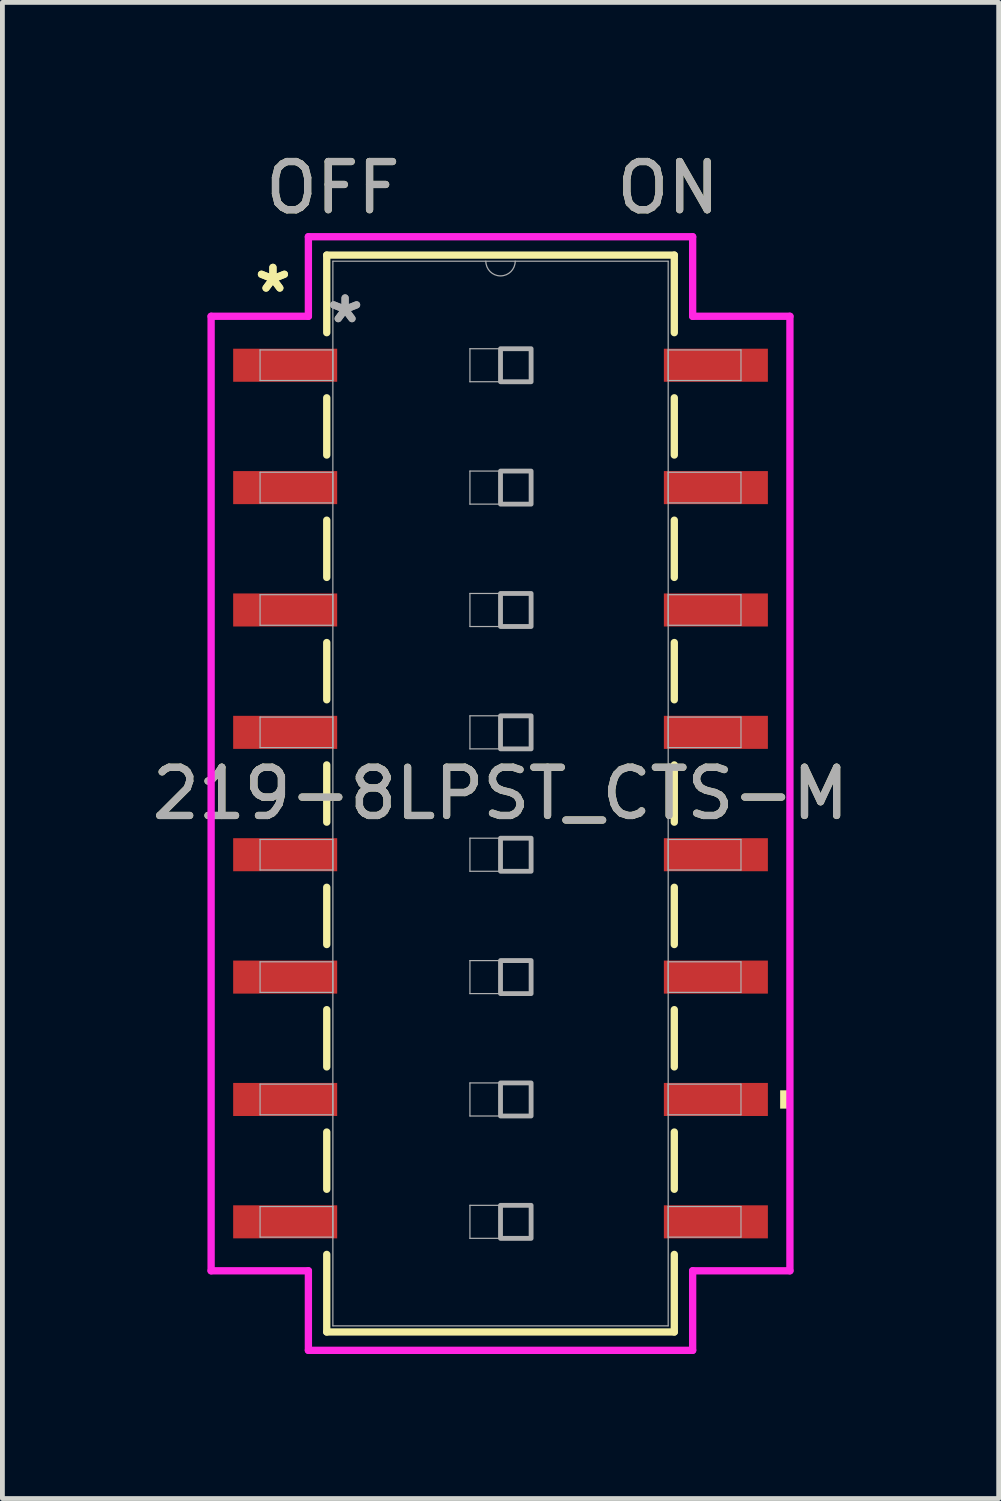
<source format=kicad_pcb>
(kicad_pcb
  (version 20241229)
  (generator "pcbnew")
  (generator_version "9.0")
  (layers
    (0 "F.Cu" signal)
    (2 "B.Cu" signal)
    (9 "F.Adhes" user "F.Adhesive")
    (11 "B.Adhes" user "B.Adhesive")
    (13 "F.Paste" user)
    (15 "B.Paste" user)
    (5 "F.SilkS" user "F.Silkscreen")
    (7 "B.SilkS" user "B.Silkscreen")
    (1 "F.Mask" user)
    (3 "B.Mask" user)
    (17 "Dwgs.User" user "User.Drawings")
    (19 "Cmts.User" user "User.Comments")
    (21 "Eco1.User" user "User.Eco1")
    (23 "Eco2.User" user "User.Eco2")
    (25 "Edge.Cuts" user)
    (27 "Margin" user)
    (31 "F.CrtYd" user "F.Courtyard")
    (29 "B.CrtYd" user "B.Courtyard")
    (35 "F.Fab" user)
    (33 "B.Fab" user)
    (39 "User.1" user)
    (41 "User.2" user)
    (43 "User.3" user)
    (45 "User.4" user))
  (footprint "219-8LPST_CTS-M"
    (layer "F.Cu")
    (at 7.339 13.421)
    (property "Reference" "219-8LPST_CTS-M" (at 0 0 0) (unlocked yes) (layer "F.SilkS") (effects (font (size 1 1) (thickness 0.15))))
    (attr smd)
    (fp_line (start -3.607 -11.176) (end -3.607 -9.566) (stroke (width 0.152) (type solid)) (layer "F.SilkS"))
    (fp_line (start -3.607 -8.214) (end -3.607 -7.026) (stroke (width 0.152) (type solid)) (layer "F.SilkS"))
    (fp_line (start -3.607 -5.674) (end -3.607 -4.486) (stroke (width 0.152) (type solid)) (layer "F.SilkS"))
    (fp_line (start -3.607 -3.134) (end -3.607 -1.946) (stroke (width 0.152) (type solid)) (layer "F.SilkS"))
    (fp_line (start -3.607 -0.594) (end -3.607 0.594) (stroke (width 0.152) (type solid)) (layer "F.SilkS"))
    (fp_line (start -3.607 1.946) (end -3.607 3.134) (stroke (width 0.152) (type solid)) (layer "F.SilkS"))
    (fp_line (start -3.607 4.486) (end -3.607 5.674) (stroke (width 0.152) (type solid)) (layer "F.SilkS"))
    (fp_line (start -3.607 7.026) (end -3.607 8.214) (stroke (width 0.152) (type solid)) (layer "F.SilkS"))
    (fp_line (start -3.607 9.566) (end -3.607 11.176) (stroke (width 0.152) (type solid)) (layer "F.SilkS"))
    (fp_line (start -3.607 11.176) (end 3.607 11.176) (stroke (width 0.152) (type solid)) (layer "F.SilkS"))
    (fp_line (start 3.607 -11.176) (end -3.607 -11.176) (stroke (width 0.152) (type solid)) (layer "F.SilkS"))
    (fp_line (start 3.607 -9.566) (end 3.607 -11.176) (stroke (width 0.152) (type solid)) (layer "F.SilkS"))
    (fp_line (start 3.607 -7.026) (end 3.607 -8.214) (stroke (width 0.152) (type solid)) (layer "F.SilkS"))
    (fp_line (start 3.607 -4.486) (end 3.607 -5.674) (stroke (width 0.152) (type solid)) (layer "F.SilkS"))
    (fp_line (start 3.607 -1.946) (end 3.607 -3.134) (stroke (width 0.152) (type solid)) (layer "F.SilkS"))
    (fp_line (start 3.607 0.594) (end 3.607 -0.594) (stroke (width 0.152) (type solid)) (layer "F.SilkS"))
    (fp_line (start 3.607 3.134) (end 3.607 1.946) (stroke (width 0.152) (type solid)) (layer "F.SilkS"))
    (fp_line (start 3.607 5.674) (end 3.607 4.486) (stroke (width 0.152) (type solid)) (layer "F.SilkS"))
    (fp_line (start 3.607 8.214) (end 3.607 7.026) (stroke (width 0.152) (type solid)) (layer "F.SilkS"))
    (fp_line (start 3.607 11.176) (end 3.607 9.566) (stroke (width 0.152) (type solid)) (layer "F.SilkS"))
    (fp_poly (pts (xy 6.058 6.16) (xy 6.058 6.54) (xy 5.804 6.54) (xy 5.804 6.16)) (stroke (width 0) (type solid)) (fill yes) (layer "F.SilkS"))
    (fp_line (start -6.007 -9.906) (end -3.988 -9.906) (stroke (width 0.152) (type solid)) (layer "F.CrtYd"))
    (fp_line (start -6.007 9.906) (end -6.007 -9.906) (stroke (width 0.152) (type solid)) (layer "F.CrtYd"))
    (fp_line (start -3.988 -11.557) (end 3.988 -11.557) (stroke (width 0.152) (type solid)) (layer "F.CrtYd"))
    (fp_line (start -3.988 -9.906) (end -3.988 -11.557) (stroke (width 0.152) (type solid)) (layer "F.CrtYd"))
    (fp_line (start -3.988 9.906) (end -6.007 9.906) (stroke (width 0.152) (type solid)) (layer "F.CrtYd"))
    (fp_line (start -3.988 11.557) (end -3.988 9.906) (stroke (width 0.152) (type solid)) (layer "F.CrtYd"))
    (fp_line (start 3.988 -11.557) (end 3.988 -9.906) (stroke (width 0.152) (type solid)) (layer "F.CrtYd"))
    (fp_line (start 3.988 -9.906) (end 6.007 -9.906) (stroke (width 0.152) (type solid)) (layer "F.CrtYd"))
    (fp_line (start 3.988 9.906) (end 3.988 11.557) (stroke (width 0.152) (type solid)) (layer "F.CrtYd"))
    (fp_line (start 3.988 11.557) (end -3.988 11.557) (stroke (width 0.152) (type solid)) (layer "F.CrtYd"))
    (fp_line (start 6.007 -9.906) (end 6.007 9.906) (stroke (width 0.152) (type solid)) (layer "F.CrtYd"))
    (fp_line (start 6.007 9.906) (end 3.988 9.906) (stroke (width 0.152) (type solid)) (layer "F.CrtYd"))
    (fp_line (start -4.991 -9.207) (end -4.991 -8.572) (stroke (width 0.025) (type solid)) (layer "F.Fab"))
    (fp_line (start -4.991 -8.572) (end -3.48 -8.572) (stroke (width 0.025) (type solid)) (layer "F.Fab"))
    (fp_line (start -4.991 -6.668) (end -4.991 -6.032) (stroke (width 0.025) (type solid)) (layer "F.Fab"))
    (fp_line (start -4.991 -6.032) (end -3.48 -6.032) (stroke (width 0.025) (type solid)) (layer "F.Fab"))
    (fp_line (start -4.991 -4.128) (end -4.991 -3.493) (stroke (width 0.025) (type solid)) (layer "F.Fab"))
    (fp_line (start -4.991 -3.493) (end -3.48 -3.493) (stroke (width 0.025) (type solid)) (layer "F.Fab"))
    (fp_line (start -4.991 -1.587) (end -4.991 -0.953) (stroke (width 0.025) (type solid)) (layer "F.Fab"))
    (fp_line (start -4.991 -0.953) (end -3.48 -0.953) (stroke (width 0.025) (type solid)) (layer "F.Fab"))
    (fp_line (start -4.991 0.953) (end -4.991 1.587) (stroke (width 0.025) (type solid)) (layer "F.Fab"))
    (fp_line (start -4.991 1.587) (end -3.48 1.587) (stroke (width 0.025) (type solid)) (layer "F.Fab"))
    (fp_line (start -4.991 3.493) (end -4.991 4.128) (stroke (width 0.025) (type solid)) (layer "F.Fab"))
    (fp_line (start -4.991 4.128) (end -3.48 4.128) (stroke (width 0.025) (type solid)) (layer "F.Fab"))
    (fp_line (start -4.991 6.032) (end -4.991 6.668) (stroke (width 0.025) (type solid)) (layer "F.Fab"))
    (fp_line (start -4.991 6.668) (end -3.48 6.668) (stroke (width 0.025) (type solid)) (layer "F.Fab"))
    (fp_line (start -4.991 8.572) (end -4.991 9.207) (stroke (width 0.025) (type solid)) (layer "F.Fab"))
    (fp_line (start -4.991 9.207) (end -3.48 9.207) (stroke (width 0.025) (type solid)) (layer "F.Fab"))
    (fp_line (start -3.48 -11.049) (end -3.48 11.049) (stroke (width 0.025) (type solid)) (layer "F.Fab"))
    (fp_line (start -3.48 -9.207) (end -4.991 -9.207) (stroke (width 0.025) (type solid)) (layer "F.Fab"))
    (fp_line (start -3.48 -8.572) (end -3.48 -9.207) (stroke (width 0.025) (type solid)) (layer "F.Fab"))
    (fp_line (start -3.48 -6.668) (end -4.991 -6.668) (stroke (width 0.025) (type solid)) (layer "F.Fab"))
    (fp_line (start -3.48 -6.032) (end -3.48 -6.668) (stroke (width 0.025) (type solid)) (layer "F.Fab"))
    (fp_line (start -3.48 -4.128) (end -4.991 -4.128) (stroke (width 0.025) (type solid)) (layer "F.Fab"))
    (fp_line (start -3.48 -3.493) (end -3.48 -4.128) (stroke (width 0.025) (type solid)) (layer "F.Fab"))
    (fp_line (start -3.48 -1.587) (end -4.991 -1.587) (stroke (width 0.025) (type solid)) (layer "F.Fab"))
    (fp_line (start -3.48 -0.953) (end -3.48 -1.587) (stroke (width 0.025) (type solid)) (layer "F.Fab"))
    (fp_line (start -3.48 0.953) (end -4.991 0.953) (stroke (width 0.025) (type solid)) (layer "F.Fab"))
    (fp_line (start -3.48 1.587) (end -3.48 0.953) (stroke (width 0.025) (type solid)) (layer "F.Fab"))
    (fp_line (start -3.48 3.493) (end -4.991 3.493) (stroke (width 0.025) (type solid)) (layer "F.Fab"))
    (fp_line (start -3.48 4.128) (end -3.48 3.493) (stroke (width 0.025) (type solid)) (layer "F.Fab"))
    (fp_line (start -3.48 6.032) (end -4.991 6.032) (stroke (width 0.025) (type solid)) (layer "F.Fab"))
    (fp_line (start -3.48 6.668) (end -3.48 6.032) (stroke (width 0.025) (type solid)) (layer "F.Fab"))
    (fp_line (start -3.48 8.572) (end -4.991 8.572) (stroke (width 0.025) (type solid)) (layer "F.Fab"))
    (fp_line (start -3.48 9.207) (end -3.48 8.572) (stroke (width 0.025) (type solid)) (layer "F.Fab"))
    (fp_line (start -3.48 11.049) (end 3.48 11.049) (stroke (width 0.025) (type solid)) (layer "F.Fab"))
    (fp_line (start -0.635 -9.233) (end 0.635 -9.233) (stroke (width 0.025) (type solid)) (layer "F.Fab"))
    (fp_line (start -0.635 -8.547) (end -0.635 -9.233) (stroke (width 0.025) (type solid)) (layer "F.Fab"))
    (fp_line (start -0.635 -6.693) (end 0.635 -6.693) (stroke (width 0.025) (type solid)) (layer "F.Fab"))
    (fp_line (start -0.635 -6.007) (end -0.635 -6.693) (stroke (width 0.025) (type solid)) (layer "F.Fab"))
    (fp_line (start -0.635 -4.153) (end 0.635 -4.153) (stroke (width 0.025) (type solid)) (layer "F.Fab"))
    (fp_line (start -0.635 -3.467) (end -0.635 -4.153) (stroke (width 0.025) (type solid)) (layer "F.Fab"))
    (fp_line (start -0.635 -1.613) (end 0.635 -1.613) (stroke (width 0.025) (type solid)) (layer "F.Fab"))
    (fp_line (start -0.635 -0.927) (end -0.635 -1.613) (stroke (width 0.025) (type solid)) (layer "F.Fab"))
    (fp_line (start -0.635 0.927) (end 0.635 0.927) (stroke (width 0.025) (type solid)) (layer "F.Fab"))
    (fp_line (start -0.635 1.613) (end -0.635 0.927) (stroke (width 0.025) (type solid)) (layer "F.Fab"))
    (fp_line (start -0.635 3.467) (end 0.635 3.467) (stroke (width 0.025) (type solid)) (layer "F.Fab"))
    (fp_line (start -0.635 4.153) (end -0.635 3.467) (stroke (width 0.025) (type solid)) (layer "F.Fab"))
    (fp_line (start -0.635 6.007) (end 0.635 6.007) (stroke (width 0.025) (type solid)) (layer "F.Fab"))
    (fp_line (start -0.635 6.693) (end -0.635 6.007) (stroke (width 0.025) (type solid)) (layer "F.Fab"))
    (fp_line (start -0.635 8.547) (end 0.635 8.547) (stroke (width 0.025) (type solid)) (layer "F.Fab"))
    (fp_line (start -0.635 9.233) (end -0.635 8.547) (stroke (width 0.025) (type solid)) (layer "F.Fab"))
    (fp_line (start 0.635 -9.233) (end 0.635 -8.547) (stroke (width 0.025) (type solid)) (layer "F.Fab"))
    (fp_line (start 0.635 -8.547) (end -0.635 -8.547) (stroke (width 0.025) (type solid)) (layer "F.Fab"))
    (fp_line (start 0.635 -6.693) (end 0.635 -6.007) (stroke (width 0.025) (type solid)) (layer "F.Fab"))
    (fp_line (start 0.635 -6.007) (end -0.635 -6.007) (stroke (width 0.025) (type solid)) (layer "F.Fab"))
    (fp_line (start 0.635 -4.153) (end 0.635 -3.467) (stroke (width 0.025) (type solid)) (layer "F.Fab"))
    (fp_line (start 0.635 -3.467) (end -0.635 -3.467) (stroke (width 0.025) (type solid)) (layer "F.Fab"))
    (fp_line (start 0.635 -1.613) (end 0.635 -0.927) (stroke (width 0.025) (type solid)) (layer "F.Fab"))
    (fp_line (start 0.635 -0.927) (end -0.635 -0.927) (stroke (width 0.025) (type solid)) (layer "F.Fab"))
    (fp_line (start 0.635 0.927) (end 0.635 1.613) (stroke (width 0.025) (type solid)) (layer "F.Fab"))
    (fp_line (start 0.635 1.613) (end -0.635 1.613) (stroke (width 0.025) (type solid)) (layer "F.Fab"))
    (fp_line (start 0.635 3.467) (end 0.635 4.153) (stroke (width 0.025) (type solid)) (layer "F.Fab"))
    (fp_line (start 0.635 4.153) (end -0.635 4.153) (stroke (width 0.025) (type solid)) (layer "F.Fab"))
    (fp_line (start 0.635 6.007) (end 0.635 6.693) (stroke (width 0.025) (type solid)) (layer "F.Fab"))
    (fp_line (start 0.635 6.693) (end -0.635 6.693) (stroke (width 0.025) (type solid)) (layer "F.Fab"))
    (fp_line (start 0.635 8.547) (end 0.635 9.233) (stroke (width 0.025) (type solid)) (layer "F.Fab"))
    (fp_line (start 0.635 9.233) (end -0.635 9.233) (stroke (width 0.025) (type solid)) (layer "F.Fab"))
    (fp_line (start 3.48 -11.049) (end -3.48 -11.049) (stroke (width 0.025) (type solid)) (layer "F.Fab"))
    (fp_line (start 3.48 -9.207) (end 3.48 -8.572) (stroke (width 0.025) (type solid)) (layer "F.Fab"))
    (fp_line (start 3.48 -8.572) (end 4.991 -8.572) (stroke (width 0.025) (type solid)) (layer "F.Fab"))
    (fp_line (start 3.48 -6.668) (end 3.48 -6.032) (stroke (width 0.025) (type solid)) (layer "F.Fab"))
    (fp_line (start 3.48 -6.032) (end 4.991 -6.032) (stroke (width 0.025) (type solid)) (layer "F.Fab"))
    (fp_line (start 3.48 -4.128) (end 3.48 -3.493) (stroke (width 0.025) (type solid)) (layer "F.Fab"))
    (fp_line (start 3.48 -3.493) (end 4.991 -3.493) (stroke (width 0.025) (type solid)) (layer "F.Fab"))
    (fp_line (start 3.48 -1.587) (end 3.48 -0.953) (stroke (width 0.025) (type solid)) (layer "F.Fab"))
    (fp_line (start 3.48 -0.953) (end 4.991 -0.953) (stroke (width 0.025) (type solid)) (layer "F.Fab"))
    (fp_line (start 3.48 0.953) (end 3.48 1.587) (stroke (width 0.025) (type solid)) (layer "F.Fab"))
    (fp_line (start 3.48 1.587) (end 4.991 1.587) (stroke (width 0.025) (type solid)) (layer "F.Fab"))
    (fp_line (start 3.48 3.493) (end 3.48 4.128) (stroke (width 0.025) (type solid)) (layer "F.Fab"))
    (fp_line (start 3.48 4.128) (end 4.991 4.128) (stroke (width 0.025) (type solid)) (layer "F.Fab"))
    (fp_line (start 3.48 6.032) (end 3.48 6.668) (stroke (width 0.025) (type solid)) (layer "F.Fab"))
    (fp_line (start 3.48 6.668) (end 4.991 6.668) (stroke (width 0.025) (type solid)) (layer "F.Fab"))
    (fp_line (start 3.48 8.572) (end 3.48 9.207) (stroke (width 0.025) (type solid)) (layer "F.Fab"))
    (fp_line (start 3.48 9.207) (end 4.991 9.207) (stroke (width 0.025) (type solid)) (layer "F.Fab"))
    (fp_line (start 3.48 11.049) (end 3.48 -11.049) (stroke (width 0.025) (type solid)) (layer "F.Fab"))
    (fp_line (start 4.991 -9.207) (end 3.48 -9.207) (stroke (width 0.025) (type solid)) (layer "F.Fab"))
    (fp_line (start 4.991 -8.572) (end 4.991 -9.207) (stroke (width 0.025) (type solid)) (layer "F.Fab"))
    (fp_line (start 4.991 -6.668) (end 3.48 -6.668) (stroke (width 0.025) (type solid)) (layer "F.Fab"))
    (fp_line (start 4.991 -6.032) (end 4.991 -6.668) (stroke (width 0.025) (type solid)) (layer "F.Fab"))
    (fp_line (start 4.991 -4.128) (end 3.48 -4.128) (stroke (width 0.025) (type solid)) (layer "F.Fab"))
    (fp_line (start 4.991 -3.493) (end 4.991 -4.128) (stroke (width 0.025) (type solid)) (layer "F.Fab"))
    (fp_line (start 4.991 -1.587) (end 3.48 -1.587) (stroke (width 0.025) (type solid)) (layer "F.Fab"))
    (fp_line (start 4.991 -0.953) (end 4.991 -1.587) (stroke (width 0.025) (type solid)) (layer "F.Fab"))
    (fp_line (start 4.991 0.953) (end 3.48 0.953) (stroke (width 0.025) (type solid)) (layer "F.Fab"))
    (fp_line (start 4.991 1.587) (end 4.991 0.953) (stroke (width 0.025) (type solid)) (layer "F.Fab"))
    (fp_line (start 4.991 3.493) (end 3.48 3.493) (stroke (width 0.025) (type solid)) (layer "F.Fab"))
    (fp_line (start 4.991 4.128) (end 4.991 3.493) (stroke (width 0.025) (type solid)) (layer "F.Fab"))
    (fp_line (start 4.991 6.032) (end 3.48 6.032) (stroke (width 0.025) (type solid)) (layer "F.Fab"))
    (fp_line (start 4.991 6.668) (end 4.991 6.032) (stroke (width 0.025) (type solid)) (layer "F.Fab"))
    (fp_line (start 4.991 8.572) (end 3.48 8.572) (stroke (width 0.025) (type solid)) (layer "F.Fab"))
    (fp_line (start 4.991 9.207) (end 4.991 8.572) (stroke (width 0.025) (type solid)) (layer "F.Fab"))
    (fp_arc (start 0.3048 -11.049) (mid 0 -10.7442) (end -0.3048 -11.049) (stroke (width 0.0254) (type solid)) (layer "F.Fab"))
    (fp_poly (pts (xy 0 -9.233) (xy 0.635 -9.233) (xy 0.635 -8.547) (xy 0 -8.547)) (stroke (width 0.1) (type solid)) (fill no) (layer "F.Fab"))
    (fp_poly (pts (xy 0 -6.693) (xy 0.635 -6.693) (xy 0.635 -6.007) (xy 0 -6.007)) (stroke (width 0.1) (type solid)) (fill no) (layer "F.Fab"))
    (fp_poly (pts (xy 0 -4.153) (xy 0.635 -4.153) (xy 0.635 -3.467) (xy 0 -3.467)) (stroke (width 0.1) (type solid)) (fill no) (layer "F.Fab"))
    (fp_poly (pts (xy 0 -1.613) (xy 0.635 -1.613) (xy 0.635 -0.927) (xy 0 -0.927)) (stroke (width 0.1) (type solid)) (fill no) (layer "F.Fab"))
    (fp_poly (pts (xy 0 0.927) (xy 0.635 0.927) (xy 0.635 1.613) (xy 0 1.613)) (stroke (width 0.1) (type solid)) (fill no) (layer "F.Fab"))
    (fp_poly (pts (xy 0 3.467) (xy 0.635 3.467) (xy 0.635 4.153) (xy 0 4.153)) (stroke (width 0.1) (type solid)) (fill no) (layer "F.Fab"))
    (fp_poly (pts (xy 0 6.007) (xy 0.635 6.007) (xy 0.635 6.693) (xy 0 6.693)) (stroke (width 0.1) (type solid)) (fill no) (layer "F.Fab"))
    (fp_poly (pts (xy 0 8.547) (xy 0.635 8.547) (xy 0.635 9.233) (xy 0 9.233)) (stroke (width 0.1) (type solid)) (fill no) (layer "F.Fab"))
    (fp_text user "*" (at -4.724 -10.376 0) (layer "F.SilkS") (effects (font (size 1 1) (thickness 0.15))))
    (fp_text user "*" (at -4.724 -10.376 0) (unlocked yes) (layer "F.SilkS") (effects (font (size 1 1) (thickness 0.15))))
    (fp_text user "OFF" (at -3.48 -12.573 0) (unlocked yes) (layer "F.SilkS") (effects (font (size 1 1) (thickness 0.15))))
    (fp_text user "ON" (at 3.48 -12.573 0) (unlocked yes) (layer "F.SilkS") (effects (font (size 1 1) (thickness 0.15))))
    (fp_text user "*" (at -3.226 -9.741 0) (layer "F.Fab") (effects (font (size 1 1) (thickness 0.15))))
    (fp_text user "${REFERENCE}" (at 0 0 0) (unlocked yes) (layer "F.Fab") (effects (font (size 1 1) (thickness 0.15))))
    (fp_text user "ON" (at 3.48 -12.573 0) (unlocked yes) (layer "F.Fab") (effects (font (size 1 1) (thickness 0.15))))
    (fp_text user "OFF" (at -3.48 -12.573 0) (unlocked yes) (layer "F.Fab") (effects (font (size 1 1) (thickness 0.15))))
    (fp_text user "*" (at -3.226 -9.741 0) (unlocked yes) (layer "F.Fab") (effects (font (size 1 1) (thickness 0.15))))
    (pad "1" smd rect (at -4.47 -8.89) (size 2.159 0.686) (layers "F.Cu" "F.Mask" "F.Paste"))
    (pad "2" smd rect (at -4.47 -6.35) (size 2.159 0.686) (layers "F.Cu" "F.Mask" "F.Paste"))
    (pad "3" smd rect (at -4.47 -3.81) (size 2.159 0.686) (layers "F.Cu" "F.Mask" "F.Paste"))
    (pad "4" smd rect (at -4.47 -1.27) (size 2.159 0.686) (layers "F.Cu" "F.Mask" "F.Paste"))
    (pad "5" smd rect (at -4.47 1.27) (size 2.159 0.686) (layers "F.Cu" "F.Mask" "F.Paste"))
    (pad "6" smd rect (at -4.47 3.81) (size 2.159 0.686) (layers "F.Cu" "F.Mask" "F.Paste"))
    (pad "7" smd rect (at -4.47 6.35) (size 2.159 0.686) (layers "F.Cu" "F.Mask" "F.Paste"))
    (pad "8" smd rect (at -4.47 8.89) (size 2.159 0.686) (layers "F.Cu" "F.Mask" "F.Paste"))
    (pad "9" smd rect (at 4.47 8.89) (size 2.159 0.686) (layers "F.Cu" "F.Mask" "F.Paste"))
    (pad "10" smd rect (at 4.47 6.35) (size 2.159 0.686) (layers "F.Cu" "F.Mask" "F.Paste"))
    (pad "11" smd rect (at 4.47 3.81) (size 2.159 0.686) (layers "F.Cu" "F.Mask" "F.Paste"))
    (pad "12" smd rect (at 4.47 1.27) (size 2.159 0.686) (layers "F.Cu" "F.Mask" "F.Paste"))
    (pad "13" smd rect (at 4.47 -1.27) (size 2.159 0.686) (layers "F.Cu" "F.Mask" "F.Paste"))
    (pad "14" smd rect (at 4.47 -3.81) (size 2.159 0.686) (layers "F.Cu" "F.Mask" "F.Paste"))
    (pad "15" smd rect (at 4.47 -6.35) (size 2.159 0.686) (layers "F.Cu" "F.Mask" "F.Paste"))
    (pad "16" smd rect (at 4.47 -8.89) (size 2.159 0.686) (layers "F.Cu" "F.Mask" "F.Paste")))
  (gr_rect
    (start -3 -3)
    (end 17.679 28.054)
    (stroke (width 0.1) (type default))
    (fill no)
    (layer "Edge.Cuts")))
</source>
